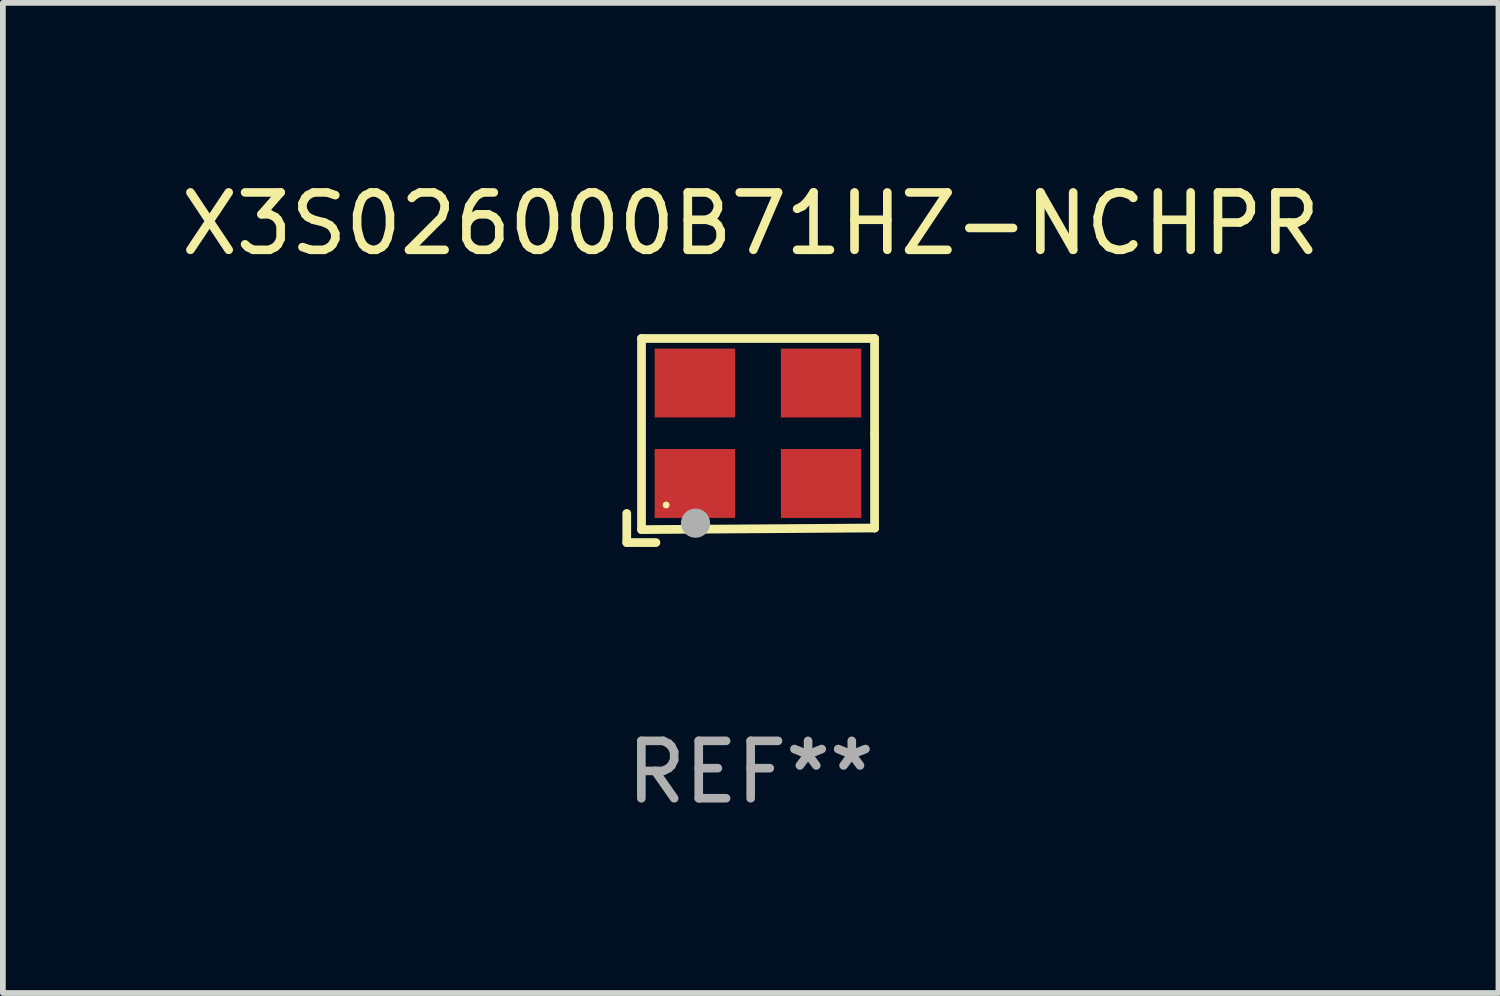
<source format=kicad_pcb>
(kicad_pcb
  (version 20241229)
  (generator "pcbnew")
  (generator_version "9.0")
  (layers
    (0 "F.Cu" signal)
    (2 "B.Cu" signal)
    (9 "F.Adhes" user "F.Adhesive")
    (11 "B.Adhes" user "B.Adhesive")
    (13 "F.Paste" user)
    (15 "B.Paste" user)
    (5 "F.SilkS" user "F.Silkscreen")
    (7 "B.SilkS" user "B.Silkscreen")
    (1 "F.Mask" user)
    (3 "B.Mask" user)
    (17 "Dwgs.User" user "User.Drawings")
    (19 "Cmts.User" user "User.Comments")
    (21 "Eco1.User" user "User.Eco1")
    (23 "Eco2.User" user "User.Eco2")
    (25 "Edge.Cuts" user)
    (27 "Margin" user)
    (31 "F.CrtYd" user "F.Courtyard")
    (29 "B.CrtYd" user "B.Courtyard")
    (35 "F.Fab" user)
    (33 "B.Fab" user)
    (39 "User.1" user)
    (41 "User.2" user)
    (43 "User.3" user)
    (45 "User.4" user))
  (footprint "X3S026000B71HZ-NCHPR"
    (layer "F.Cu")
    (at 10.03 4.626)
    (property "Reference" "X3S026000B71HZ-NCHPR" (at 0 -3.778 0) (layer "F.SilkS") (effects (font (size 1 1) (thickness 0.15))))
    (attr through_hole)
    (fp_line (start -2.159 1.27) (end -2.159 1.778) (stroke (width 0.152) (type solid)) (layer "F.SilkS"))
    (fp_line (start -2.159 1.778) (end -1.651 1.778) (stroke (width 0.152) (type solid)) (layer "F.SilkS"))
    (fp_line (start -1.902 -1.778) (end 2.159 -1.778) (stroke (width 0.152) (type solid)) (layer "F.SilkS"))
    (fp_line (start -1.902 1.552) (end -1.902 -1.778) (stroke (width 0.152) (type solid)) (layer "F.SilkS"))
    (fp_line (start 2.159 -1.778) (end 2.159 -0.127) (stroke (width 0.152) (type solid)) (layer "F.SilkS"))
    (fp_line (start 2.159 -0.127) (end 2.159 1.524) (stroke (width 0.152) (type solid)) (layer "F.SilkS"))
    (fp_line (start 2.159 1.524) (end -1.902 1.552) (stroke (width 0.152) (type solid)) (layer "F.SilkS"))
    (fp_line (start 2.159 1.524) (end 2.159 1.524) (stroke (width 0.152) (type solid)) (layer "F.SilkS"))
    (fp_circle (center -1.473 1.123) (end -1.443 1.123) (stroke (width 0.06) (type solid)) (fill no) (layer "F.SilkS"))
    (fp_circle (center -0.961 1.44) (end -0.834 1.44) (stroke (width 0.254) (type solid)) (fill no) (layer "F.Fab"))
    (fp_text user "REF**" (at 0 5.778 0) (layer "F.Fab") (effects (font (size 1 1) (thickness 0.15))))
    (pad "1" smd rect (at -0.973 0.748) (size 1.4 1.2) (layers "F.Cu" "F.Mask" "F.Paste"))
    (pad "2" smd rect (at 1.227 0.748) (size 1.4 1.2) (layers "F.Cu" "F.Mask" "F.Paste"))
    (pad "3" smd rect (at 1.227 -1.002) (size 1.4 1.2) (layers "F.Cu" "F.Mask" "F.Paste"))
    (pad "4" smd rect (at -0.973 -1.002) (size 1.4 1.2) (layers "F.Cu" "F.Mask" "F.Paste")))
  (gr_rect
    (start -3 -3)
    (end 23.06 14.253)
    (stroke (width 0.1) (type default))
    (fill no)
    (layer "Edge.Cuts")))
</source>
